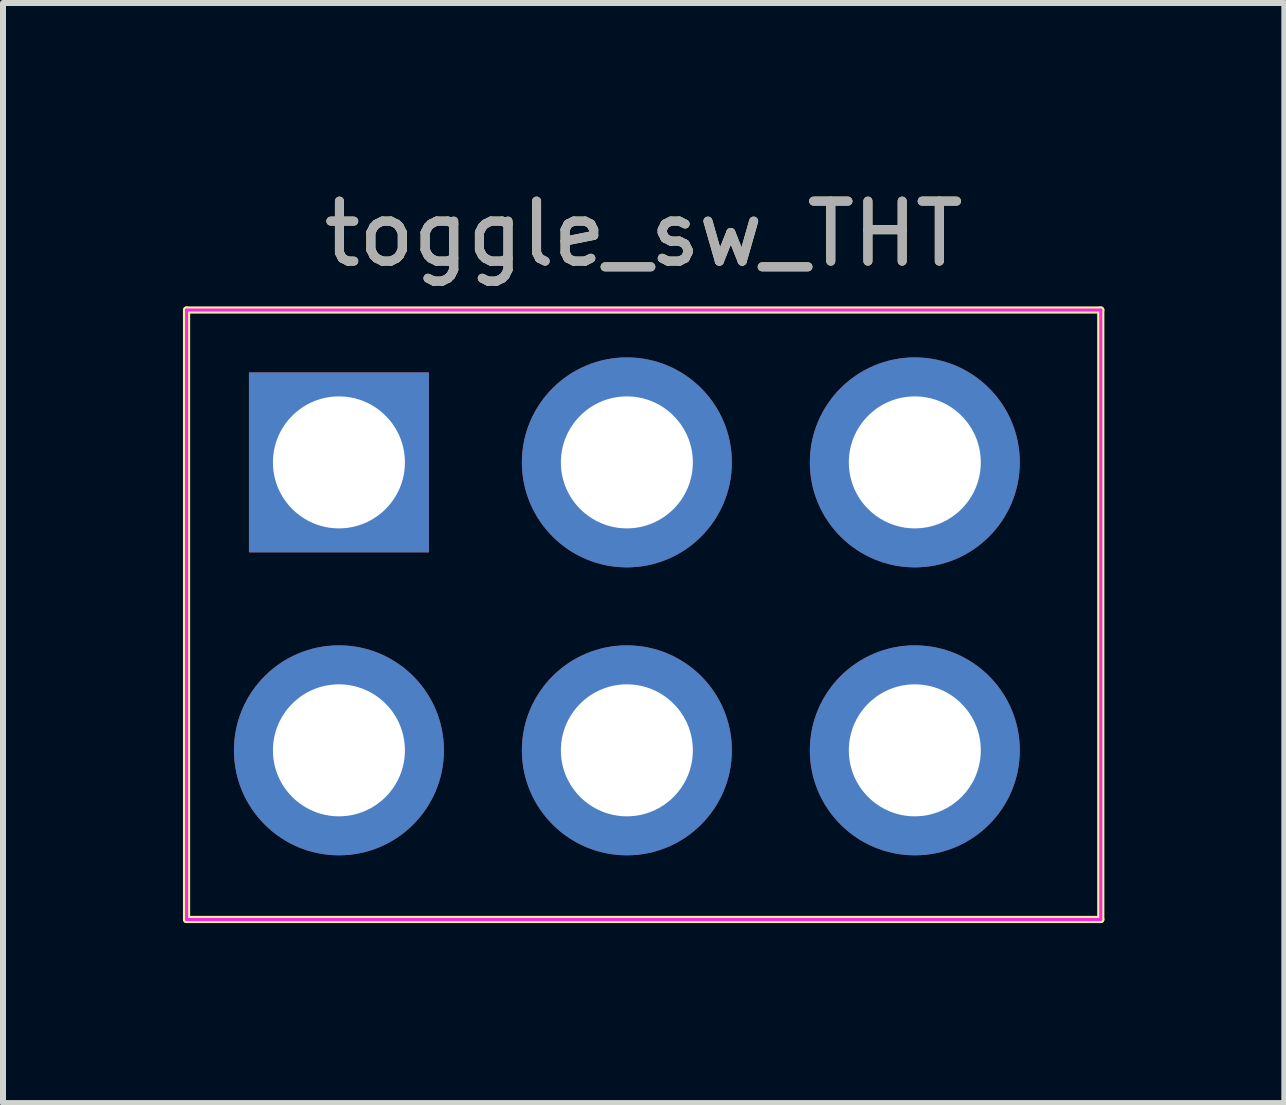
<source format=kicad_pcb>
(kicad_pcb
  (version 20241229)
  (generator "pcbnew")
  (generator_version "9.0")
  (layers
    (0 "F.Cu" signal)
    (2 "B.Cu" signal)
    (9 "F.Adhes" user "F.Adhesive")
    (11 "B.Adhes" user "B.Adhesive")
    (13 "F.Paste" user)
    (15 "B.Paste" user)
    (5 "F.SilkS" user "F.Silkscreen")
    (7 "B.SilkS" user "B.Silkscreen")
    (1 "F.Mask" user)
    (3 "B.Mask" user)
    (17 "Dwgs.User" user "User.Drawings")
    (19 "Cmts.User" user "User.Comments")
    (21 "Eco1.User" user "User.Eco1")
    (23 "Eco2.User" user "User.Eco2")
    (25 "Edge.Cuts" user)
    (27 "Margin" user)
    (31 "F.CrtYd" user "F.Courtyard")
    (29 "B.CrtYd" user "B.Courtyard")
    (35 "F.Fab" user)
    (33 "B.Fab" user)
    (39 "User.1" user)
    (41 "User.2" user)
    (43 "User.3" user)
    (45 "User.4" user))
  (footprint "toggle_sw_THT"
    (layer "F.Cu")
    (at 2.6 4.658)
    (property "Reference" "toggle_sw_THT" (at 5.08 -3.81 0) (layer "F.SilkS") (effects (font (size 1 1) (thickness 0.15))))
    (attr through_hole)
    (fp_line (start -2.54 -2.54) (end -2.54 7.62) (stroke (width 0.12) (type solid)) (layer "F.SilkS"))
    (fp_line (start -2.54 7.62) (end 12.7 7.62) (stroke (width 0.12) (type solid)) (layer "F.SilkS"))
    (fp_line (start 12.7 -2.54) (end -2.54 -2.54) (stroke (width 0.12) (type solid)) (layer "F.SilkS"))
    (fp_line (start 12.7 7.62) (end 12.7 -2.54) (stroke (width 0.12) (type solid)) (layer "F.SilkS"))
    (fp_line (start -2.54 -2.54) (end 12.7 -2.54) (stroke (width 0.05) (type solid)) (layer "F.CrtYd"))
    (fp_line (start -2.54 7.62) (end -2.54 -2.54) (stroke (width 0.05) (type solid)) (layer "F.CrtYd"))
    (fp_line (start 12.7 -2.54) (end 12.7 7.62) (stroke (width 0.05) (type solid)) (layer "F.CrtYd"))
    (fp_line (start 12.7 7.62) (end -2.54 7.62) (stroke (width 0.05) (type solid)) (layer "F.CrtYd"))
    (fp_text user "${REFERENCE}" (at 5.08 -3.81 0) (layer "F.Fab") (effects (font (size 1 1) (thickness 0.15))))
    (pad "1" thru_hole rect (at 0 0) (size 3 3) (drill 2.2) (layers "*.Cu" "*.Mask"))
    (pad "2" thru_hole circle (at 4.8 0) (size 3.5 3.5) (drill 2.2) (layers "*.Cu" "*.Mask"))
    (pad "3" thru_hole circle (at 9.6 0) (size 3.5 3.5) (drill 2.2) (layers "*.Cu" "*.Mask"))
    (pad "4" thru_hole circle (at 0 4.8) (size 3.5 3.5) (drill 2.2) (layers "*.Cu" "*.Mask"))
    (pad "5" thru_hole circle (at 4.8 4.8) (size 3.5 3.5) (drill 2.2) (layers "*.Cu" "*.Mask"))
    (pad "6" thru_hole circle (at 9.6 4.8) (size 3.5 3.5) (drill 2.2) (layers "*.Cu" "*.Mask")))
  (gr_rect
    (start -3 -3)
    (end 18.36 15.338)
    (stroke (width 0.1) (type default))
    (fill no)
    (layer "Edge.Cuts")))
</source>
